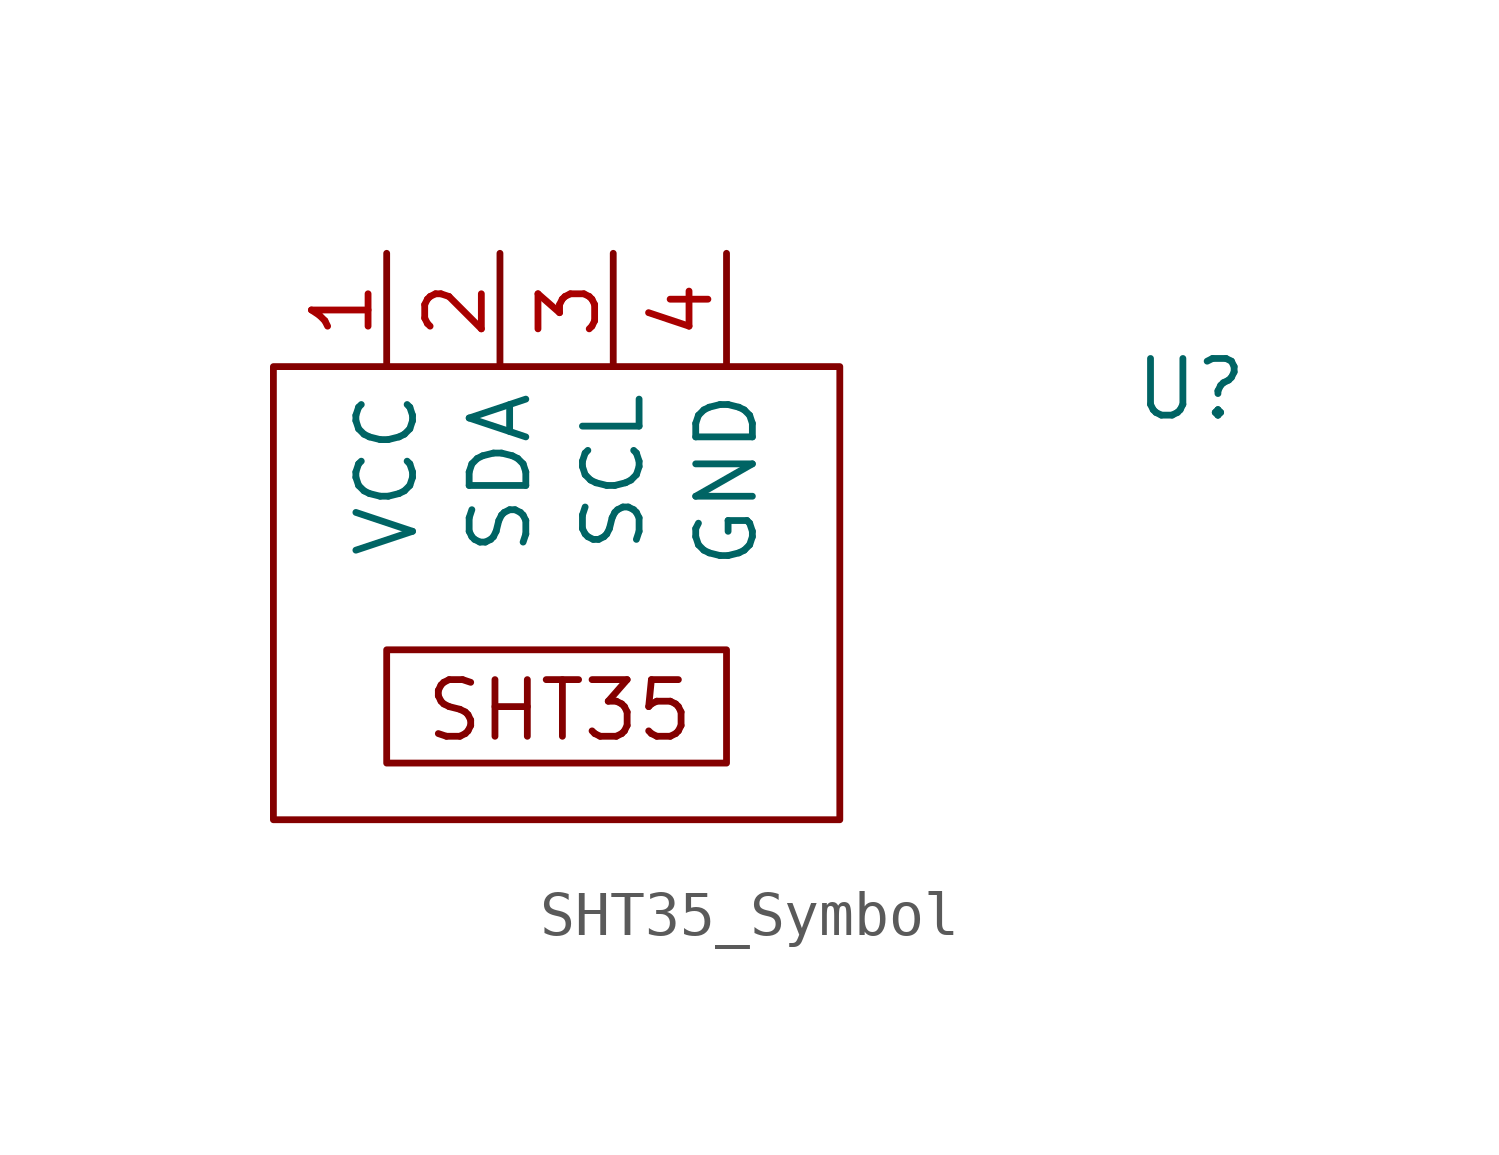
<source format=kicad_sym>
(kicad_symbol_lib
  (version 20241209)
  (generator "kicad_symbol_editor")
  (generator_version "9.0")
  (symbol "SHT35_Symbol"
    (property "Reference" "U"
      (at 14.224 4.572 0)
      (effects (font (size 1.27 1.27))))
    (property "Value" ""
      (at -1.27 1.27 0)
      (effects (font (size 1.27 1.27))))
    (symbol "SHT35_Symbol_0_1"
      (rectangle (start -6.35 5.08) (end 6.35 -5.08) (stroke (width 0) (type default)) (fill (type none))))
    (symbol "SHT35_Symbol_1_1"
      (text_box "SHT35" (at -3.81 -1.27 0) (size 7.62 -2.54) (margins 0.816 0.616 1.016 1.016) (stroke (width 0) (type solid)) (fill (type none)) (effects (font (size 1.27 1.27)) (justify left top)))
      (pin power_in line (at -3.81 7.62 270) (length 2.54) (name "VCC" (effects (font (size 1.27 1.27)))) (number "1" (effects (font (size 1.27 1.27)))))
      (pin bidirectional line (at -1.27 7.62 270) (length 2.54) (name "SDA" (effects (font (size 1.27 1.27)))) (number "2" (effects (font (size 1.27 1.27)))))
      (pin bidirectional line (at 1.27 7.62 270) (length 2.54) (name "SCL" (effects (font (size 1.27 1.27)))) (number "3" (effects (font (size 1.27 1.27)))))
      (pin power_in line (at 3.81 7.62 270) (length 2.54) (name "GND" (effects (font (size 1.27 1.27)))) (number "4" (effects (font (size 1.27 1.27))))))))
</source>
